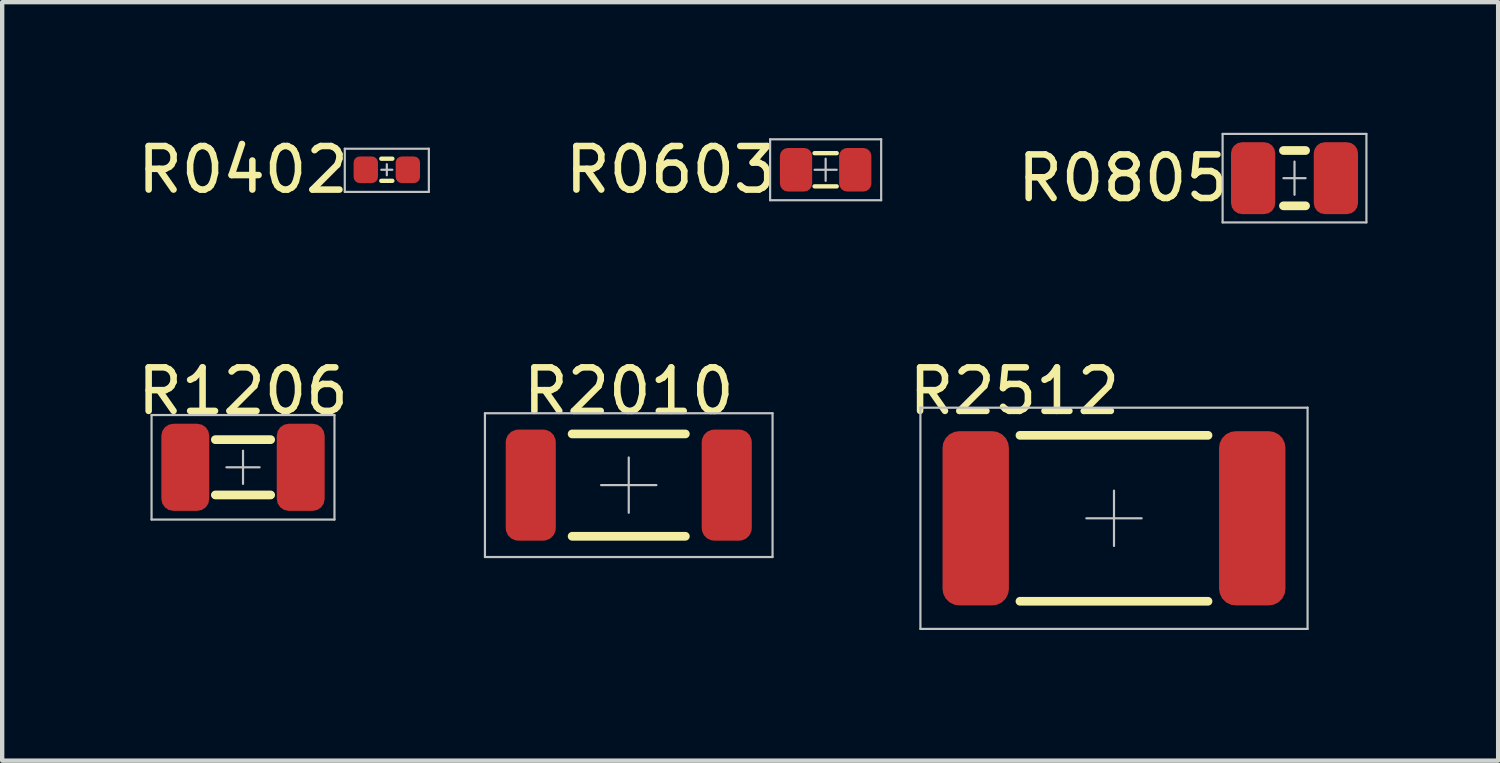
<source format=kicad_pcb>
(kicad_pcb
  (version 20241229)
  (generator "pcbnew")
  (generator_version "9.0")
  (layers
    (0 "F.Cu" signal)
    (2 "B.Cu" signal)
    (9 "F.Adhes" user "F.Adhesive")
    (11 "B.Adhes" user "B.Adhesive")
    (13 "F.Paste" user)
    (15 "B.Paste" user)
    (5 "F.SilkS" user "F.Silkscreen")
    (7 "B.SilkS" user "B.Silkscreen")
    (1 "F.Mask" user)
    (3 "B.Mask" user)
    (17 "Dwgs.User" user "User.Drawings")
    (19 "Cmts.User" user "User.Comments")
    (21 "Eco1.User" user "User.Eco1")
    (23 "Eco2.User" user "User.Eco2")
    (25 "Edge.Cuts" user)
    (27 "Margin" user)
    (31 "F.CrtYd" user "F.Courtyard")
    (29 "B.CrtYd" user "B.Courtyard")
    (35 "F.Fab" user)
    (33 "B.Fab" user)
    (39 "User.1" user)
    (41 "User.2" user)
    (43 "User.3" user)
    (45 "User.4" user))
  (footprint "R0603"
    (layer "F.Cu")
    (at 15.908 0.848)
    (property "Reference" "R0603" (at -3.556 0 0) (layer "F.SilkS") (effects (font (size 1 1) (thickness 0.15))))
    (attr through_hole)
    (fp_line (start -0.254 -0.381) (end 0.254 -0.381) (stroke (width 0.1) (type solid)) (layer "F.SilkS"))
    (fp_line (start -0.254 0.381) (end 0.254 0.381) (stroke (width 0.1) (type solid)) (layer "F.SilkS"))
    (fp_line (start -1.275 -0.7) (end -1.275 0.7) (stroke (width 0.05) (type solid)) (layer "Dwgs.User"))
    (fp_line (start -1.275 0.7) (end 1.275 0.7) (stroke (width 0.05) (type solid)) (layer "Dwgs.User"))
    (fp_line (start 0 -0.254) (end 0 0.254) (stroke (width 0.05) (type solid)) (layer "Dwgs.User"))
    (fp_line (start 0.254 0) (end -0.254 0) (stroke (width 0.05) (type solid)) (layer "Dwgs.User"))
    (fp_line (start 1.275 -0.7) (end -1.275 -0.7) (stroke (width 0.05) (type solid)) (layer "Dwgs.User"))
    (fp_line (start 1.275 0.7) (end 1.275 -0.7) (stroke (width 0.05) (type solid)) (layer "Dwgs.User"))
    (fp_line (start -0.8 -0.4) (end 0.8 -0.4) (stroke (width 0.05) (type solid)) (layer "Eco1.User"))
    (fp_line (start -0.8 0.4) (end -0.8 -0.4) (stroke (width 0.05) (type solid)) (layer "Eco1.User"))
    (fp_line (start 0.8 -0.4) (end 0.8 0.4) (stroke (width 0.05) (type solid)) (layer "Eco1.User"))
    (fp_line (start 0.8 0.4) (end -0.8 0.4) (stroke (width 0.05) (type solid)) (layer "Eco1.User"))
    (pad "1" smd roundrect (at -0.68 0) (size 0.74 1) (layers "F.Cu" "F.Mask" "F.Paste") (roundrect_rratio 0.25))
    (pad "2" smd roundrect (at 0.68 0) (size 0.74 1) (layers "F.Cu" "F.Mask" "F.Paste") (roundrect_rratio 0.25)))
  (footprint "R1206"
    (layer "F.Cu")
    (at 2.53 7.68)
    (property "Reference" "R1206" (at 0 -1.75 0) (layer "F.SilkS") (effects (font (size 1 1) (thickness 0.15))))
    (attr through_hole)
    (fp_line (start -0.635 -0.635) (end 0.635 -0.635) (stroke (width 0.2) (type solid)) (layer "F.SilkS"))
    (fp_line (start 0.635 0.635) (end -0.635 0.635) (stroke (width 0.2) (type solid)) (layer "F.SilkS"))
    (fp_line (start -2.1 -1.2) (end 2.1 -1.2) (stroke (width 0.05) (type solid)) (layer "Dwgs.User"))
    (fp_line (start -2.1 1.2) (end -2.1 -1.2) (stroke (width 0.05) (type solid)) (layer "Dwgs.User"))
    (fp_line (start 0 -0.381) (end 0 0.381) (stroke (width 0.05) (type solid)) (layer "Dwgs.User"))
    (fp_line (start 0.381 0) (end -0.381 0) (stroke (width 0.05) (type solid)) (layer "Dwgs.User"))
    (fp_line (start 2.1 -1.2) (end 2.1 1.2) (stroke (width 0.05) (type solid)) (layer "Dwgs.User"))
    (fp_line (start 2.1 1.2) (end -2.1 1.2) (stroke (width 0.05) (type solid)) (layer "Dwgs.User"))
    (fp_line (start -1.675 -0.875) (end 1.675 -0.875) (stroke (width 0.05) (type solid)) (layer "Eco1.User"))
    (fp_line (start -1.675 0.875) (end -1.675 -0.875) (stroke (width 0.05) (type solid)) (layer "Eco1.User"))
    (fp_line (start 1.675 -0.875) (end 1.675 0.875) (stroke (width 0.05) (type solid)) (layer "Eco1.User"))
    (fp_line (start 1.675 0.875) (end -1.675 0.875) (stroke (width 0.05) (type solid)) (layer "Eco1.User"))
    (pad "1" smd roundrect (at -1.325 0) (size 1.1 2) (layers "F.Cu" "F.Mask" "F.Paste") (roundrect_rratio 0.25))
    (pad "2" smd roundrect (at 1.325 0) (size 1.1 2) (layers "F.Cu" "F.Mask" "F.Paste") (roundrect_rratio 0.25)))
  (footprint "R0402"
    (layer "F.Cu")
    (at 5.832 0.848)
    (property "Reference" "R0402" (at -3.302 0 0) (layer "F.SilkS") (effects (font (size 1 1) (thickness 0.15))))
    (attr through_hole)
    (fp_line (start -0.127 -0.254) (end 0.127 -0.254) (stroke (width 0.1) (type solid)) (layer "F.SilkS"))
    (fp_line (start -0.127 0.254) (end 0.127 0.254) (stroke (width 0.1) (type solid)) (layer "F.SilkS"))
    (fp_line (start -0.965 -0.483) (end -0.965 0.508) (stroke (width 0.05) (type solid)) (layer "Dwgs.User"))
    (fp_line (start -0.965 -0.483) (end 0.965 -0.483) (stroke (width 0.05) (type solid)) (layer "Dwgs.User"))
    (fp_line (start -0.965 0.508) (end 0.965 0.508) (stroke (width 0.05) (type solid)) (layer "Dwgs.User"))
    (fp_line (start -0.127 0) (end 0.127 0) (stroke (width 0.05) (type solid)) (layer "Dwgs.User"))
    (fp_line (start 0 -0.127) (end 0 0.127) (stroke (width 0.05) (type solid)) (layer "Dwgs.User"))
    (fp_line (start 0.965 -0.483) (end 0.965 0.508) (stroke (width 0.05) (type solid)) (layer "Dwgs.User"))
    (fp_line (start -0.5 -0.29) (end -0.5 0.29) (stroke (width 0.05) (type solid)) (layer "Eco1.User"))
    (fp_line (start -0.5 0.29) (end 0.5 0.29) (stroke (width 0.05) (type solid)) (layer "Eco1.User"))
    (fp_line (start 0.5 -0.29) (end -0.5 -0.29) (stroke (width 0.05) (type solid)) (layer "Eco1.User"))
    (fp_line (start 0.5 0.29) (end 0.5 -0.29) (stroke (width 0.05) (type solid)) (layer "Eco1.User"))
    (pad "1" smd roundrect (at -0.483 0) (size 0.559 0.61) (layers "F.Cu" "F.Mask" "F.Paste") (roundrect_rratio 0.25))
    (pad "2" smd roundrect (at 0.483 0) (size 0.559 0.61) (layers "F.Cu" "F.Mask" "F.Paste") (roundrect_rratio 0.25)))
  (footprint "R0805"
    (layer "F.Cu")
    (at 26.674 1.041)
    (property "Reference" "R0805" (at -3.937 0 0) (layer "F.SilkS") (effects (font (size 1 1) (thickness 0.15))))
    (attr through_hole)
    (fp_line (start -0.254 -0.635) (end 0.254 -0.635) (stroke (width 0.2) (type solid)) (layer "F.SilkS"))
    (fp_line (start -0.254 0.635) (end 0.254 0.635) (stroke (width 0.2) (type solid)) (layer "F.SilkS"))
    (fp_line (start -1.651 -1.016) (end -1.651 1.016) (stroke (width 0.05) (type solid)) (layer "Dwgs.User"))
    (fp_line (start -1.651 -1.016) (end 1.651 -1.016) (stroke (width 0.05) (type solid)) (layer "Dwgs.User"))
    (fp_line (start -1.651 1.016) (end 1.651 1.016) (stroke (width 0.05) (type solid)) (layer "Dwgs.User"))
    (fp_line (start 0 -0.381) (end 0 0.381) (stroke (width 0.05) (type solid)) (layer "Dwgs.User"))
    (fp_line (start 0.254 0) (end -0.254 0) (stroke (width 0.05) (type solid)) (layer "Dwgs.User"))
    (fp_line (start 1.651 1.016) (end 1.651 -1.016) (stroke (width 0.05) (type solid)) (layer "Dwgs.User"))
    (fp_line (start -1 -0.635) (end -1 0.635) (stroke (width 0.05) (type solid)) (layer "Eco1.User"))
    (fp_line (start -1 -0.635) (end 1 -0.635) (stroke (width 0.05) (type solid)) (layer "Eco1.User"))
    (fp_line (start 1 -0.635) (end 1 0.635) (stroke (width 0.05) (type solid)) (layer "Eco1.User"))
    (fp_line (start 1 0.635) (end -1 0.635) (stroke (width 0.05) (type solid)) (layer "Eco1.User"))
    (pad "1" smd roundrect (at -0.95 0) (size 1.016 1.651) (layers "F.Cu" "F.Mask" "F.Paste") (roundrect_rratio 0.25))
    (pad "2" smd roundrect (at 0.95 0) (size 1.016 1.651) (layers "F.Cu" "F.Mask" "F.Paste") (roundrect_rratio 0.25)))
  (footprint "R2010"
    (layer "F.Cu")
    (at 11.387 8.089)
    (property "Reference" "R2010" (at 0 -2.159 0) (layer "F.SilkS") (effects (font (size 1 1) (thickness 0.15))))
    (attr through_hole)
    (fp_line (start -1.3 -1.175) (end 1.3 -1.175) (stroke (width 0.2) (type solid)) (layer "F.SilkS"))
    (fp_line (start -1.3 1.175) (end 1.3 1.175) (stroke (width 0.2) (type solid)) (layer "F.SilkS"))
    (fp_line (start -3.302 -1.651) (end 3.302 -1.651) (stroke (width 0.05) (type solid)) (layer "Dwgs.User"))
    (fp_line (start -3.302 1.651) (end -3.302 -1.651) (stroke (width 0.05) (type solid)) (layer "Dwgs.User"))
    (fp_line (start 0 -0.635) (end 0 0.635) (stroke (width 0.05) (type solid)) (layer "Dwgs.User"))
    (fp_line (start 0.635 0) (end -0.635 0) (stroke (width 0.05) (type solid)) (layer "Dwgs.User"))
    (fp_line (start 3.302 -1.651) (end 3.302 1.651) (stroke (width 0.05) (type solid)) (layer "Dwgs.User"))
    (fp_line (start 3.302 1.651) (end -3.302 1.651) (stroke (width 0.05) (type solid)) (layer "Dwgs.User"))
    (fp_line (start -2.6 -1.3) (end 2.6 -1.3) (stroke (width 0.05) (type solid)) (layer "Eco1.User"))
    (fp_line (start -2.6 1.3) (end -2.6 -1.3) (stroke (width 0.05) (type solid)) (layer "Eco1.User"))
    (fp_line (start 2.6 -1.3) (end 2.6 1.3) (stroke (width 0.05) (type solid)) (layer "Eco1.User"))
    (fp_line (start 2.6 1.3) (end -2.6 1.3) (stroke (width 0.05) (type solid)) (layer "Eco1.User"))
    (pad "1" smd roundrect (at -2.25 0) (size 1.15 2.55) (layers "F.Cu" "F.Mask" "F.Paste") (roundrect_rratio 0.25))
    (pad "2" smd roundrect (at 2.25 0) (size 1.15 2.55) (layers "F.Cu" "F.Mask" "F.Paste") (roundrect_rratio 0.25)))
  (footprint "R2512"
    (layer "F.Cu")
    (at 22.529 8.851)
    (property "Reference" "R2512" (at -2.286 -2.921 0) (layer "F.SilkS") (effects (font (size 1 1) (thickness 0.15))))
    (attr through_hole)
    (fp_line (start -2.159 -1.905) (end 2.159 -1.905) (stroke (width 0.2) (type solid)) (layer "F.SilkS"))
    (fp_line (start -2.159 1.905) (end 2.159 1.905) (stroke (width 0.2) (type solid)) (layer "F.SilkS"))
    (fp_line (start -4.445 -2.54) (end 4.445 -2.54) (stroke (width 0.05) (type solid)) (layer "Dwgs.User"))
    (fp_line (start -4.445 2.54) (end -4.445 -2.54) (stroke (width 0.05) (type solid)) (layer "Dwgs.User"))
    (fp_line (start 0 -0.635) (end 0 0.635) (stroke (width 0.05) (type solid)) (layer "Dwgs.User"))
    (fp_line (start 0.635 0) (end -0.635 0) (stroke (width 0.05) (type solid)) (layer "Dwgs.User"))
    (fp_line (start 4.445 -2.54) (end 4.445 2.54) (stroke (width 0.05) (type solid)) (layer "Dwgs.User"))
    (fp_line (start 4.445 2.54) (end -4.445 2.54) (stroke (width 0.05) (type solid)) (layer "Dwgs.User"))
    (fp_line (start -3.175 -1.55) (end 3.175 -1.55) (stroke (width 0.05) (type solid)) (layer "Eco1.User"))
    (fp_line (start -3.175 1.55) (end -3.175 -1.55) (stroke (width 0.05) (type solid)) (layer "Eco1.User"))
    (fp_line (start 3.175 -1.55) (end 3.175 1.55) (stroke (width 0.05) (type solid)) (layer "Eco1.User"))
    (fp_line (start 3.175 1.55) (end -3.175 1.55) (stroke (width 0.05) (type solid)) (layer "Eco1.User"))
    (pad "1" smd roundrect (at -3.175 0) (size 1.524 4) (layers "F.Cu" "F.Mask" "F.Paste") (roundrect_rratio 0.25))
    (pad "2" smd roundrect (at 3.175 0) (size 1.524 4) (layers "F.Cu" "F.Mask" "F.Paste") (roundrect_rratio 0.25)))
  (gr_rect
    (start -3 -3)
    (end 31.35 14.416)
    (stroke (width 0.1) (type default))
    (fill no)
    (layer "Edge.Cuts")))
</source>
